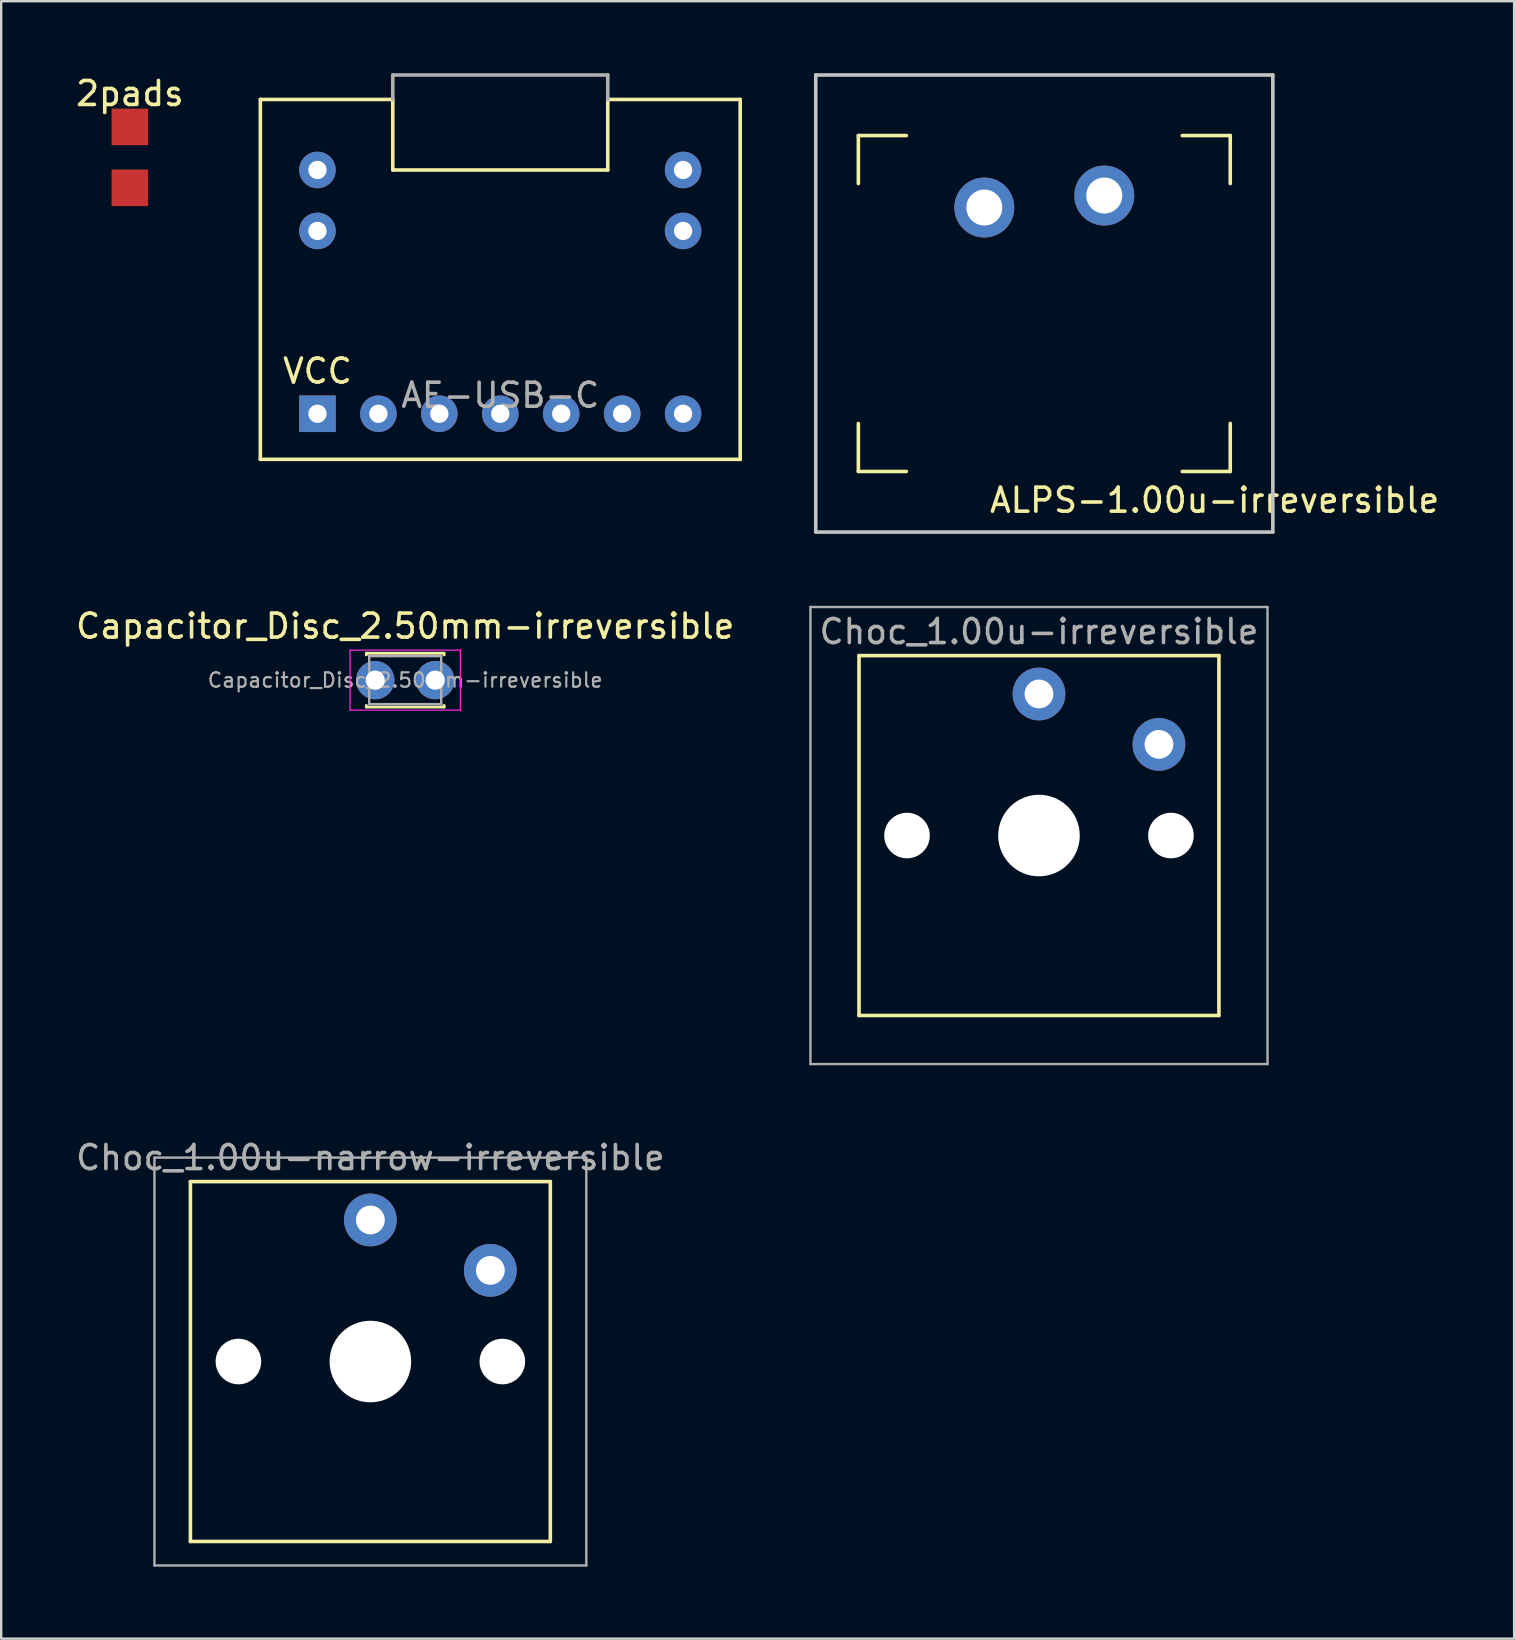
<source format=kicad_pcb>
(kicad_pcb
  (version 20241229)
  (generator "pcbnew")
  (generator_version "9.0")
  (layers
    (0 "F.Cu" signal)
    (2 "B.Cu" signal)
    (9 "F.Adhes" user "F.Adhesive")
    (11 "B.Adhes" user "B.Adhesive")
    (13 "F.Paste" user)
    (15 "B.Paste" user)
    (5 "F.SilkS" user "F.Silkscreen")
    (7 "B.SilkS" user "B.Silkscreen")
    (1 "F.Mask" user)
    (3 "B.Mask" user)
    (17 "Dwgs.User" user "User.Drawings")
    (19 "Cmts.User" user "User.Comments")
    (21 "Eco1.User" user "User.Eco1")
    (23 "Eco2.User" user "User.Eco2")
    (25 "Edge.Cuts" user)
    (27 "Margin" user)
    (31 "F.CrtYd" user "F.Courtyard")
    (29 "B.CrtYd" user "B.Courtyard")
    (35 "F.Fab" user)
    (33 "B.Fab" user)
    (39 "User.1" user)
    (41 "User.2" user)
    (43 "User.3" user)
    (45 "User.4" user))
  (footprint "2pads"
    (layer "F.Cu")
    (at 2.363 3.508)
    (property "Reference" "2pads" (at 0 -2.66 0) (layer "F.SilkS") (effects (font (size 1 1) (thickness 0.15))))
    (attr through_hole)
    (pad "1" smd rect (at 0 1.27) (size 1.524 1.524) (layers "F.Cu" "F.Mask" "F.Paste"))
    (pad "2" smd rect (at 0 -1.27) (size 1.524 1.524) (layers "F.Cu" "F.Mask" "F.Paste")))
  (footprint "ALPS-1.00u-irreversible"
    (layer "F.Cu")
    (at 40.476 9.6)
    (property "Reference" "ALPS-1.00u-irreversible" (at 7.1 8.2 0) (layer "F.SilkS") (effects (font (size 1 1) (thickness 0.15))))
    (attr through_hole)
    (fp_line (start -7.75 -7) (end -7.75 -5) (stroke (width 0.15) (type solid)) (layer "F.SilkS"))
    (fp_line (start -7.75 -7) (end -5.75 -7) (stroke (width 0.15) (type solid)) (layer "F.SilkS"))
    (fp_line (start -7.75 7) (end -7.75 5) (stroke (width 0.15) (type solid)) (layer "F.SilkS"))
    (fp_line (start -7.75 7) (end -5.75 7) (stroke (width 0.15) (type solid)) (layer "F.SilkS"))
    (fp_line (start 5.75 -7) (end 7.75 -7) (stroke (width 0.15) (type solid)) (layer "F.SilkS"))
    (fp_line (start 7.75 -7) (end 7.75 -5) (stroke (width 0.15) (type solid)) (layer "F.SilkS"))
    (fp_line (start 7.75 5) (end 7.75 7) (stroke (width 0.15) (type solid)) (layer "F.SilkS"))
    (fp_line (start 7.75 7) (end 5.75 7) (stroke (width 0.15) (type solid)) (layer "F.SilkS"))
    (fp_line (start -9.525 -9.525) (end 9.525 -9.525) (stroke (width 0.15) (type solid)) (layer "Dwgs.User"))
    (fp_line (start -9.525 9.525) (end -9.525 -9.525) (stroke (width 0.15) (type solid)) (layer "Dwgs.User"))
    (fp_line (start 9.525 -9.525) (end 9.525 9.525) (stroke (width 0.15) (type solid)) (layer "Dwgs.User"))
    (fp_line (start 9.525 9.525) (end -9.525 9.525) (stroke (width 0.15) (type solid)) (layer "Dwgs.User"))
    (pad "1" thru_hole circle (at -2.5 -4) (size 2.5 2.5) (drill 1.5) (layers "*.Cu" "*.Mask"))
    (pad "2" thru_hole circle (at 2.5 -4.5 180) (size 2.5 2.5) (drill 1.5) (layers "*.Cu" "*.Mask")))
  (footprint "Capacitor_Disc_2.50mm-irreversible"
    (layer "F.Cu")
    (at 13.839 25.298)
    (property "Reference" "Capacitor_Disc_2.50mm-irreversible" (at 0 -2.25 0) (layer "F.SilkS") (effects (font (size 1 1) (thickness 0.15))))
    (attr through_hole)
    (fp_line (start -1.62 -1.12) (end -1.62 -1.055) (stroke (width 0.12) (type solid)) (layer "F.SilkS"))
    (fp_line (start -1.62 -1.12) (end 1.62 -1.12) (stroke (width 0.12) (type solid)) (layer "F.SilkS"))
    (fp_line (start -1.62 1.055) (end -1.62 1.12) (stroke (width 0.12) (type solid)) (layer "F.SilkS"))
    (fp_line (start -1.62 1.12) (end 1.62 1.12) (stroke (width 0.12) (type solid)) (layer "F.SilkS"))
    (fp_line (start 1.62 -1.12) (end 1.62 -1.055) (stroke (width 0.12) (type solid)) (layer "F.SilkS"))
    (fp_line (start 1.62 1.055) (end 1.62 1.12) (stroke (width 0.12) (type solid)) (layer "F.SilkS"))
    (fp_line (start -2.3 -1.25) (end -2.3 1.25) (stroke (width 0.05) (type solid)) (layer "F.CrtYd"))
    (fp_line (start -2.3 1.25) (end 2.3 1.25) (stroke (width 0.05) (type solid)) (layer "F.CrtYd"))
    (fp_line (start 2.3 -1.25) (end -2.3 -1.25) (stroke (width 0.05) (type solid)) (layer "F.CrtYd"))
    (fp_line (start 2.3 1.25) (end 2.3 -1.25) (stroke (width 0.05) (type solid)) (layer "F.CrtYd"))
    (fp_line (start -1.5 -1) (end -1.5 1) (stroke (width 0.1) (type solid)) (layer "F.Fab"))
    (fp_line (start -1.5 1) (end 1.5 1) (stroke (width 0.1) (type solid)) (layer "F.Fab"))
    (fp_line (start 1.5 -1) (end -1.5 -1) (stroke (width 0.1) (type solid)) (layer "F.Fab"))
    (fp_line (start 1.5 1) (end 1.5 -1) (stroke (width 0.1) (type solid)) (layer "F.Fab"))
    (fp_text user "${REFERENCE}" (at 0 0 0) (layer "F.Fab") (effects (font (size 0.6 0.6) (thickness 0.09))))
    (pad "1" thru_hole circle (at -1.25 0) (size 1.6 1.6) (drill 0.8) (layers "*.Cu" "*.Mask"))
    (pad "2" thru_hole circle (at 1.25 0) (size 1.6 1.6) (drill 0.8) (layers "*.Cu" "*.Mask")))
  (footprint "AE-USB-C"
    (layer "F.Cu")
    (at 17.801 4.035)
    (property "Reference" "AE-USB-C" (at 0 9.39 0) (layer "F.Fab") (effects (font (size 1 1) (thickness 0.15))))
    (attr through_hole)
    (fp_line (start -10 -2.94) (end -10 12.06) (stroke (width 0.15) (type solid)) (layer "F.SilkS"))
    (fp_line (start -10 -2.94) (end -4.48 -2.94) (stroke (width 0.15) (type solid)) (layer "F.SilkS"))
    (fp_line (start -10 12.06) (end 10 12.06) (stroke (width 0.15) (type solid)) (layer "F.SilkS"))
    (fp_line (start -4.48 -2.94) (end -4.48 0) (stroke (width 0.15) (type solid)) (layer "F.SilkS"))
    (fp_line (start -4.48 0) (end 4.48 0) (stroke (width 0.15) (type solid)) (layer "F.SilkS"))
    (fp_line (start 4.48 -2.94) (end 4.48 0) (stroke (width 0.15) (type solid)) (layer "F.SilkS"))
    (fp_line (start 10 -2.94) (end 4.48 -2.94) (stroke (width 0.15) (type solid)) (layer "F.SilkS"))
    (fp_line (start 10 -2.94) (end 10 12.06) (stroke (width 0.15) (type solid)) (layer "F.SilkS"))
    (fp_line (start -4.48 -3.96) (end -4.48 -2.94) (stroke (width 0.15) (type solid)) (layer "F.Fab"))
    (fp_line (start -4.48 -3.96) (end 4.48 -3.96) (stroke (width 0.15) (type solid)) (layer "F.Fab"))
    (fp_line (start 4.48 -3.96) (end 4.48 -2.94) (stroke (width 0.15) (type solid)) (layer "F.Fab"))
    (fp_text user "VCC" (at -7.62 8.382 0) (layer "F.SilkS") (effects (font (size 1 1) (thickness 0.15))))
    (pad "" thru_hole circle (at -7.62 0) (size 1.524 1.524) (drill 0.762) (layers "*.Cu" "*.Mask"))
    (pad "" thru_hole circle (at -7.62 2.54) (size 1.524 1.524) (drill 0.762) (layers "*.Cu" "*.Mask"))
    (pad "" thru_hole circle (at 7.62 0) (size 1.524 1.524) (drill 0.762) (layers "*.Cu" "*.Mask"))
    (pad "" thru_hole circle (at 7.62 2.54) (size 1.524 1.524) (drill 0.762) (layers "*.Cu" "*.Mask"))
    (pad "1" thru_hole rect (at -7.62 10.16) (size 1.524 1.524) (drill 0.762) (layers "*.Cu" "*.Mask"))
    (pad "2" thru_hole circle (at -5.08 10.16) (size 1.524 1.524) (drill 0.762) (layers "*.Cu" "*.Mask"))
    (pad "3" thru_hole circle (at -2.54 10.16) (size 1.524 1.524) (drill 0.762) (layers "*.Cu" "*.Mask"))
    (pad "4" thru_hole circle (at 0 10.16) (size 1.524 1.524) (drill 0.762) (layers "*.Cu" "*.Mask"))
    (pad "5" thru_hole circle (at 2.54 10.16) (size 1.524 1.524) (drill 0.762) (layers "*.Cu" "*.Mask"))
    (pad "6" thru_hole circle (at 5.08 10.16) (size 1.524 1.524) (drill 0.762) (layers "*.Cu" "*.Mask"))
    (pad "7" thru_hole circle (at 7.62 10.16) (size 1.524 1.524) (drill 0.762) (layers "*.Cu" "*.Mask")))
  (footprint "Choc_1.00u-narrow-irreversible"
    (layer "F.Cu")
    (at 12.387 53.698)
    (property "Reference" "Choc_1.00u-narrow-irreversible" (at 0 -8.5 0) (layer "F.Fab") (effects (font (size 1 1) (thickness 0.15))))
    (attr through_hole)
    (fp_line (start -7.5 -7.5) (end 7.5 -7.5) (stroke (width 0.15) (type solid)) (layer "F.SilkS"))
    (fp_line (start -7.5 7.5) (end -7.5 -7.5) (stroke (width 0.15) (type solid)) (layer "F.SilkS"))
    (fp_line (start 7.5 -7.5) (end 7.5 7.5) (stroke (width 0.15) (type solid)) (layer "F.SilkS"))
    (fp_line (start 7.5 7.5) (end -7.5 7.5) (stroke (width 0.15) (type solid)) (layer "F.SilkS"))
    (fp_line (start -9 -8.5) (end 9 -8.5) (stroke (width 0.1) (type solid)) (layer "F.Fab"))
    (fp_line (start -9 8.5) (end -9 -8.5) (stroke (width 0.1) (type solid)) (layer "F.Fab"))
    (fp_line (start 9 -8.5) (end 9 8.5) (stroke (width 0.1) (type solid)) (layer "F.Fab"))
    (fp_line (start 9 8.5) (end -9 8.5) (stroke (width 0.1) (type solid)) (layer "F.Fab"))
    (pad "" np_thru_hole circle (at -5.5 0) (size 1.9 1.9) (drill 1.9) (layers "*.Cu" "*.Mask"))
    (pad "" np_thru_hole circle (at 0 0) (size 3.4 3.4) (drill 3.4) (layers "*.Cu" "*.Mask"))
    (pad "" np_thru_hole circle (at 5.5 0) (size 1.9 1.9) (drill 1.9) (layers "*.Cu" "*.Mask"))
    (pad "1" thru_hole circle (at 0 -5.9) (size 2.2 2.2) (drill 1.2) (layers "*.Cu" "*.Mask"))
    (pad "2" thru_hole circle (at 5 -3.8) (size 2.2 2.2) (drill 1.2) (layers "*.Cu" "*.Mask")))
  (footprint "Choc_1.00u-irreversible"
    (layer "F.Cu")
    (at 40.254 31.775)
    (property "Reference" "Choc_1.00u-irreversible" (at 0 -8.5 0) (layer "F.Fab") (effects (font (size 1 1) (thickness 0.15))))
    (attr through_hole)
    (fp_line (start -7.5 -7.5) (end 7.5 -7.5) (stroke (width 0.15) (type solid)) (layer "F.SilkS"))
    (fp_line (start -7.5 7.5) (end -7.5 -7.5) (stroke (width 0.15) (type solid)) (layer "F.SilkS"))
    (fp_line (start 7.5 -7.5) (end 7.5 7.5) (stroke (width 0.15) (type solid)) (layer "F.SilkS"))
    (fp_line (start 7.5 7.5) (end -7.5 7.5) (stroke (width 0.15) (type solid)) (layer "F.SilkS"))
    (fp_line (start -9.525 -9.525) (end 9.525 -9.525) (stroke (width 0.1) (type solid)) (layer "F.Fab"))
    (fp_line (start -9.525 9.525) (end -9.525 -9.525) (stroke (width 0.1) (type solid)) (layer "F.Fab"))
    (fp_line (start 9.525 -9.525) (end 9.525 9.525) (stroke (width 0.1) (type solid)) (layer "F.Fab"))
    (fp_line (start 9.525 9.525) (end -9.525 9.525) (stroke (width 0.1) (type solid)) (layer "F.Fab"))
    (pad "" np_thru_hole circle (at -5.5 0) (size 1.9 1.9) (drill 1.9) (layers "*.Cu" "*.Mask"))
    (pad "" np_thru_hole circle (at 0 0) (size 3.4 3.4) (drill 3.4) (layers "*.Cu" "*.Mask"))
    (pad "" np_thru_hole circle (at 5.5 0) (size 1.9 1.9) (drill 1.9) (layers "*.Cu" "*.Mask"))
    (pad "1" thru_hole circle (at 0 -5.9) (size 2.2 2.2) (drill 1.2) (layers "*.Cu" "*.Mask"))
    (pad "2" thru_hole circle (at 5 -3.8) (size 2.2 2.2) (drill 1.2) (layers "*.Cu" "*.Mask")))
  (gr_rect
    (start -3 -3)
    (end 60.058 65.248)
    (stroke (width 0.1) (type default))
    (fill no)
    (layer "Edge.Cuts")))
</source>
